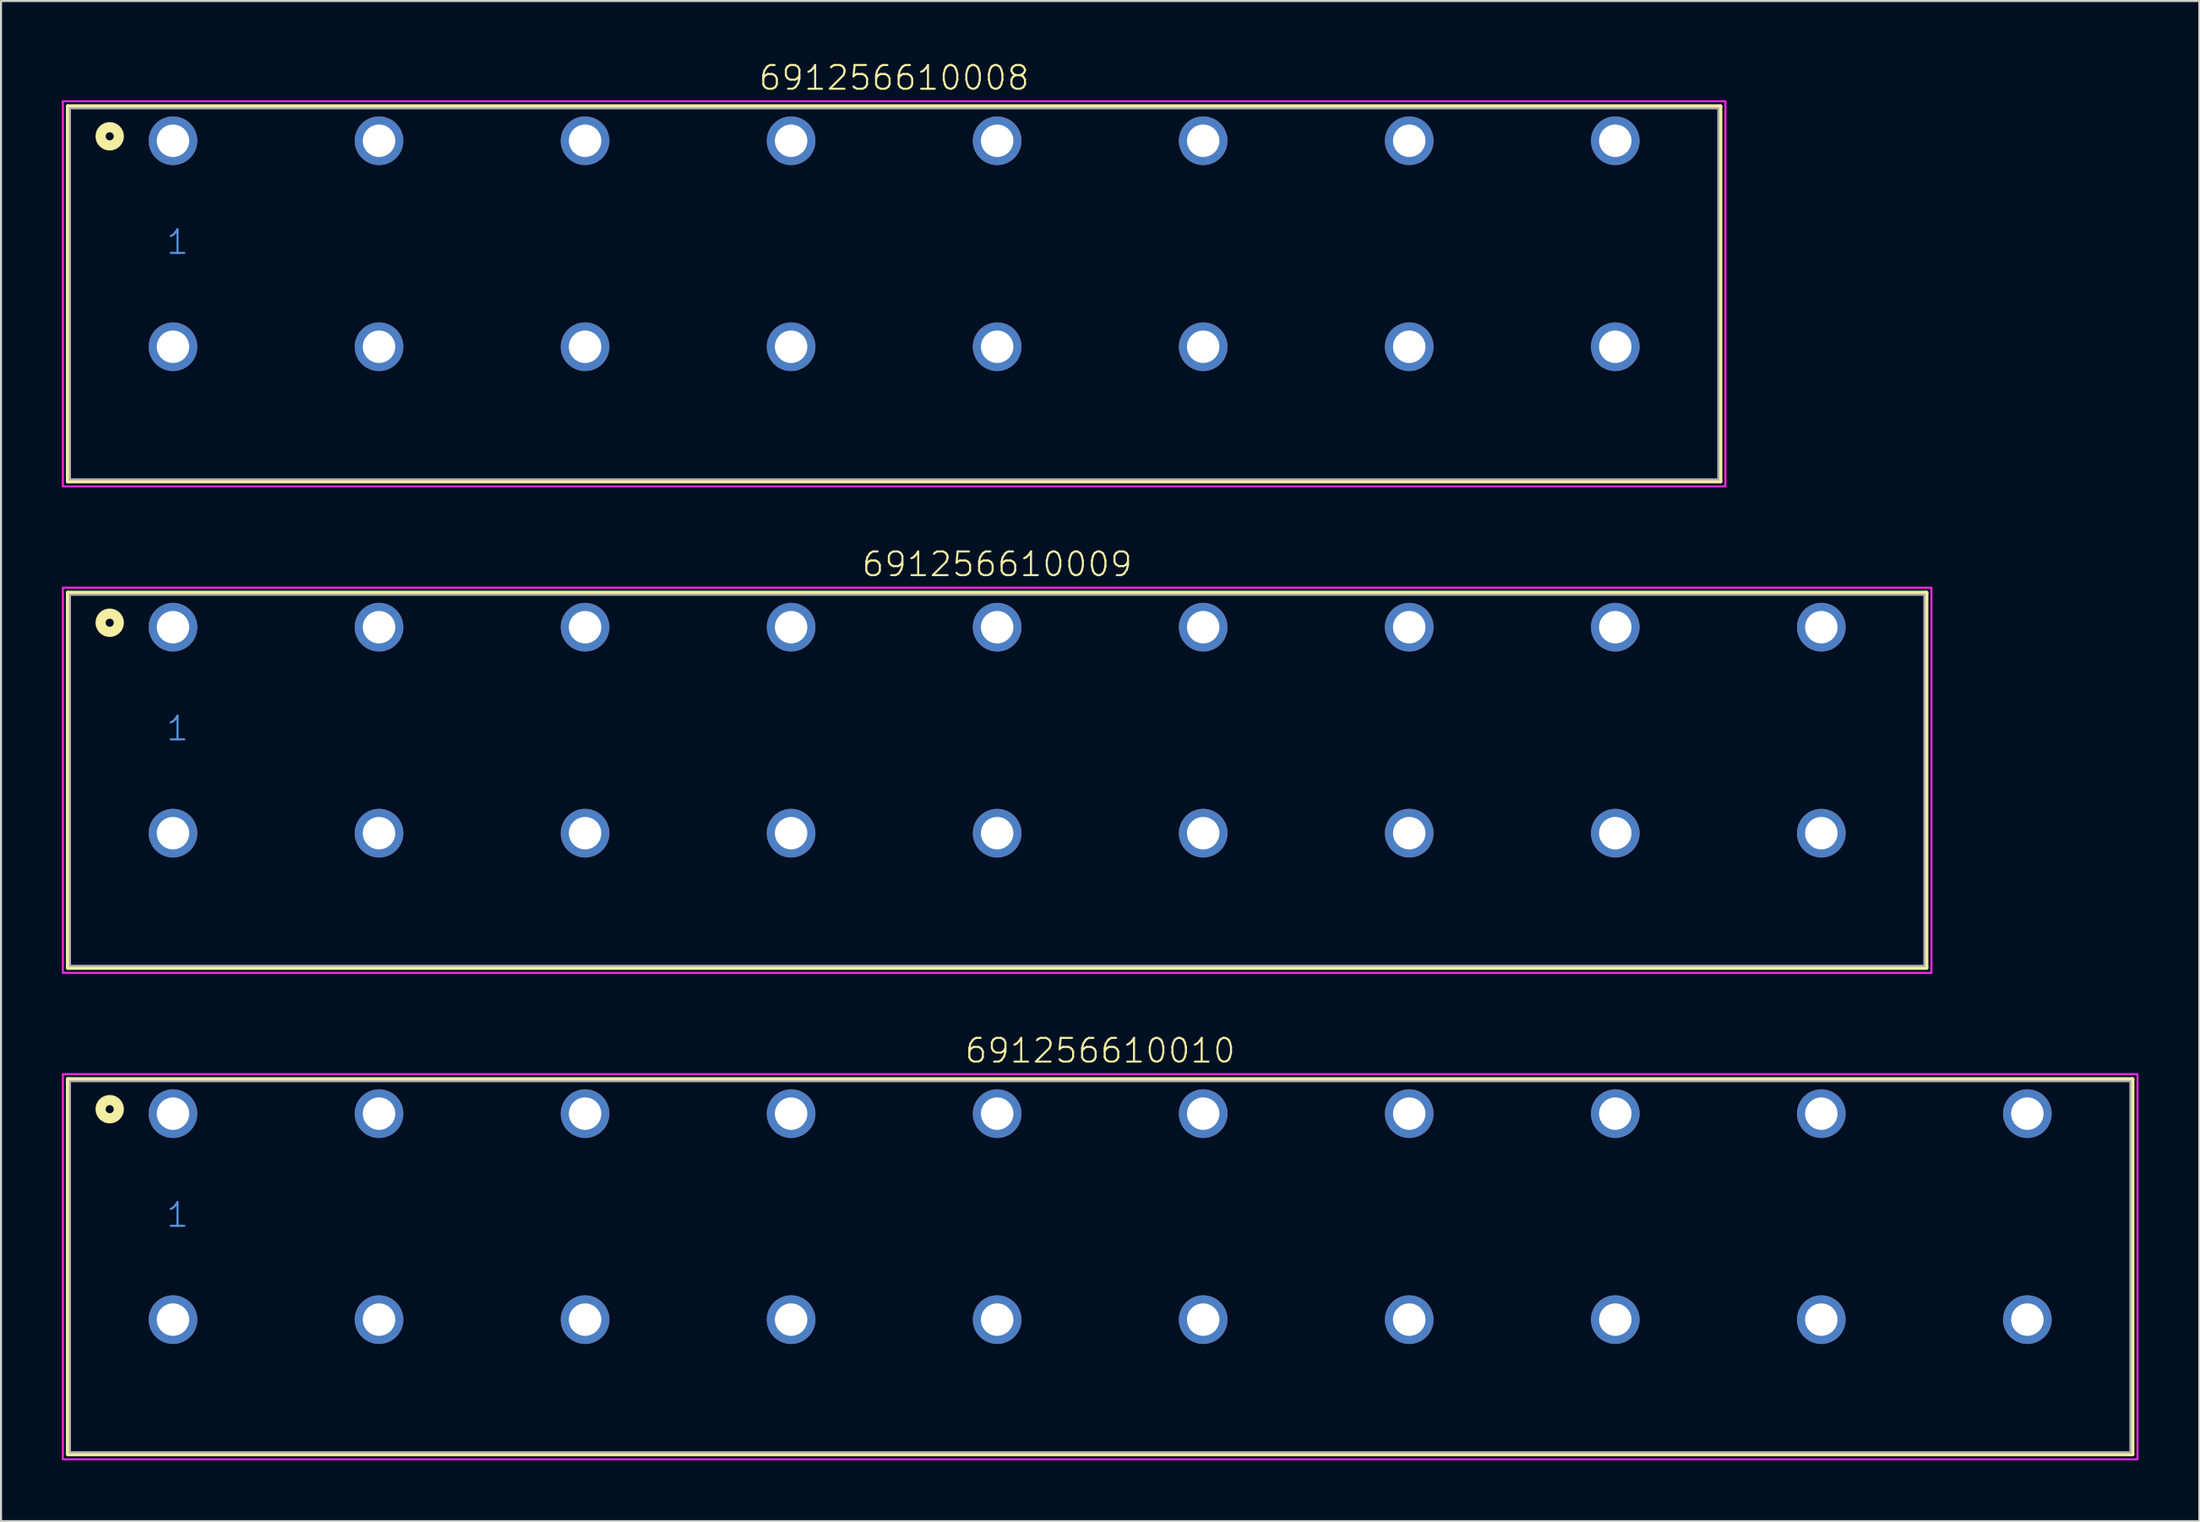
<source format=kicad_pcb>
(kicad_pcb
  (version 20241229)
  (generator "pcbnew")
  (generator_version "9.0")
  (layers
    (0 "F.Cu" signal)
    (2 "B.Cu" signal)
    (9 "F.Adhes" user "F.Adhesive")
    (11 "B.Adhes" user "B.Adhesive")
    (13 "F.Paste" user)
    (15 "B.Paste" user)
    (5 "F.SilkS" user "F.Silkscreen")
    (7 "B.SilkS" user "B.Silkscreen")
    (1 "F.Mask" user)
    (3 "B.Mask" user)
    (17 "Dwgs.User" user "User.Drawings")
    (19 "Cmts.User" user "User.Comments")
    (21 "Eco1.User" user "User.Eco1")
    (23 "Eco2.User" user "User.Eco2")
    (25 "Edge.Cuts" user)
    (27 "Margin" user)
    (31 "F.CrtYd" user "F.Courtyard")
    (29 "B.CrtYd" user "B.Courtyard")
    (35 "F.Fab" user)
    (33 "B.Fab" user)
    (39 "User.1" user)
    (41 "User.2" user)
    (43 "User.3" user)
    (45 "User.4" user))
  (footprint "691256610010"
    (layer "F.Cu")
    (at 51.2 56.96)
    (property "Reference" "691256610010" (at 0 -7.5 0) (unlocked yes) (layer "F.SilkS") (effects (font (size 1.168 1.168) (thickness 0.102)) (justify bottom)))
    (fp_line (start -50.9 -6.78) (end 50.9 -6.78) (stroke (width 0.2) (type solid)) (layer "F.SilkS"))
    (fp_line (start -50.9 11.72) (end -50.9 -6.78) (stroke (width 0.2) (type solid)) (layer "F.SilkS"))
    (fp_line (start 50.9 -6.78) (end 50.9 11.72) (stroke (width 0.2) (type solid)) (layer "F.SilkS"))
    (fp_line (start 50.9 11.72) (end -50.9 11.72) (stroke (width 0.2) (type solid)) (layer "F.SilkS"))
    (fp_circle (center -48.84 -5.3) (end -48.64 -5.3) (stroke (width 0.5) (type solid)) (fill no) (layer "F.SilkS"))
    (fp_poly (pts (xy 51.15 11.97) (xy -51.15 11.97) (xy -51.15 -7.03) (xy 51.15 -7.03)) (stroke (width 0.1) (type default)) (fill no) (layer "F.CrtYd"))
    (fp_line (start -50.8 -6.68) (end 50.8 -6.68) (stroke (width 0.1) (type solid)) (layer "F.Fab"))
    (fp_line (start -50.8 11.62) (end -50.8 -6.68) (stroke (width 0.1) (type solid)) (layer "F.Fab"))
    (fp_line (start 50.8 -6.68) (end 50.8 11.62) (stroke (width 0.1) (type solid)) (layer "F.Fab"))
    (fp_line (start 50.8 11.62) (end -50.8 11.62) (stroke (width 0.1) (type solid)) (layer "F.Fab"))
    (fp_text user "1" (at -46.12 0.6 0) (unlocked yes) (layer "Cmts.User") (effects (font (size 1.168 1.168) (thickness 0.102)) (justify left bottom)))
    (pad "1" thru_hole circle (at -45.72 -5.08) (size 2.4 2.4) (drill 1.6) (layers "*.Cu" "*.Mask"))
    (pad "2" thru_hole circle (at -35.56 -5.08) (size 2.4 2.4) (drill 1.6) (layers "*.Cu" "*.Mask"))
    (pad "3" thru_hole circle (at -25.4 -5.08) (size 2.4 2.4) (drill 1.6) (layers "*.Cu" "*.Mask"))
    (pad "4" thru_hole circle (at -15.24 -5.08) (size 2.4 2.4) (drill 1.6) (layers "*.Cu" "*.Mask"))
    (pad "5" thru_hole circle (at -5.08 -5.08) (size 2.4 2.4) (drill 1.6) (layers "*.Cu" "*.Mask"))
    (pad "6" thru_hole circle (at 5.08 -5.08) (size 2.4 2.4) (drill 1.6) (layers "*.Cu" "*.Mask"))
    (pad "7" thru_hole circle (at 15.24 -5.08) (size 2.4 2.4) (drill 1.6) (layers "*.Cu" "*.Mask"))
    (pad "8" thru_hole circle (at 25.4 -5.08) (size 2.4 2.4) (drill 1.6) (layers "*.Cu" "*.Mask"))
    (pad "9" thru_hole circle (at 35.56 -5.08) (size 2.4 2.4) (drill 1.6) (layers "*.Cu" "*.Mask"))
    (pad "10" thru_hole circle (at 45.72 -5.08) (size 2.4 2.4) (drill 1.6) (layers "*.Cu" "*.Mask"))
    (pad "A1" thru_hole circle (at -45.72 5.08) (size 2.4 2.4) (drill 1.6) (layers "*.Cu" "*.Mask"))
    (pad "A2" thru_hole circle (at -35.56 5.08) (size 2.4 2.4) (drill 1.6) (layers "*.Cu" "*.Mask"))
    (pad "A3" thru_hole circle (at -25.4 5.08) (size 2.4 2.4) (drill 1.6) (layers "*.Cu" "*.Mask"))
    (pad "A4" thru_hole circle (at -15.24 5.08) (size 2.4 2.4) (drill 1.6) (layers "*.Cu" "*.Mask"))
    (pad "A5" thru_hole circle (at -5.08 5.08) (size 2.4 2.4) (drill 1.6) (layers "*.Cu" "*.Mask"))
    (pad "A6" thru_hole circle (at 5.08 5.08) (size 2.4 2.4) (drill 1.6) (layers "*.Cu" "*.Mask"))
    (pad "A7" thru_hole circle (at 15.24 5.08) (size 2.4 2.4) (drill 1.6) (layers "*.Cu" "*.Mask"))
    (pad "A8" thru_hole circle (at 25.4 5.08) (size 2.4 2.4) (drill 1.6) (layers "*.Cu" "*.Mask"))
    (pad "A9" thru_hole circle (at 35.56 5.08) (size 2.4 2.4) (drill 1.6) (layers "*.Cu" "*.Mask"))
    (pad "A10" thru_hole circle (at 45.72 5.08) (size 2.4 2.4) (drill 1.6) (layers "*.Cu" "*.Mask")))
  (footprint "691256610009"
    (layer "F.Cu")
    (at 46.12 32.966)
    (property "Reference" "691256610009" (at 0 -7.5 0) (unlocked yes) (layer "F.SilkS") (effects (font (size 1.168 1.168) (thickness 0.102)) (justify bottom)))
    (fp_line (start -45.82 -6.78) (end 45.82 -6.78) (stroke (width 0.2) (type solid)) (layer "F.SilkS"))
    (fp_line (start -45.82 11.72) (end -45.82 -6.78) (stroke (width 0.2) (type solid)) (layer "F.SilkS"))
    (fp_line (start 45.82 -6.78) (end 45.82 11.72) (stroke (width 0.2) (type solid)) (layer "F.SilkS"))
    (fp_line (start 45.82 11.72) (end -45.82 11.72) (stroke (width 0.2) (type solid)) (layer "F.SilkS"))
    (fp_circle (center -43.76 -5.3) (end -43.56 -5.3) (stroke (width 0.5) (type solid)) (fill no) (layer "F.SilkS"))
    (fp_poly (pts (xy 46.07 11.97) (xy -46.07 11.97) (xy -46.07 -7.03) (xy 46.07 -7.03)) (stroke (width 0.1) (type default)) (fill no) (layer "F.CrtYd"))
    (fp_line (start -45.72 -6.68) (end 45.72 -6.68) (stroke (width 0.1) (type solid)) (layer "F.Fab"))
    (fp_line (start -45.72 11.62) (end -45.72 -6.68) (stroke (width 0.1) (type solid)) (layer "F.Fab"))
    (fp_line (start 45.72 -6.68) (end 45.72 11.62) (stroke (width 0.1) (type solid)) (layer "F.Fab"))
    (fp_line (start 45.72 11.62) (end -45.72 11.62) (stroke (width 0.1) (type solid)) (layer "F.Fab"))
    (fp_text user "1" (at -41.04 0.6 0) (unlocked yes) (layer "Cmts.User") (effects (font (size 1.168 1.168) (thickness 0.102)) (justify left bottom)))
    (pad "1" thru_hole circle (at -40.64 -5.08) (size 2.4 2.4) (drill 1.6) (layers "*.Cu" "*.Mask"))
    (pad "2" thru_hole circle (at -30.48 -5.08) (size 2.4 2.4) (drill 1.6) (layers "*.Cu" "*.Mask"))
    (pad "3" thru_hole circle (at -20.32 -5.08) (size 2.4 2.4) (drill 1.6) (layers "*.Cu" "*.Mask"))
    (pad "4" thru_hole circle (at -10.16 -5.08) (size 2.4 2.4) (drill 1.6) (layers "*.Cu" "*.Mask"))
    (pad "5" thru_hole circle (at 0 -5.08) (size 2.4 2.4) (drill 1.6) (layers "*.Cu" "*.Mask"))
    (pad "6" thru_hole circle (at 10.16 -5.08) (size 2.4 2.4) (drill 1.6) (layers "*.Cu" "*.Mask"))
    (pad "7" thru_hole circle (at 20.32 -5.08) (size 2.4 2.4) (drill 1.6) (layers "*.Cu" "*.Mask"))
    (pad "8" thru_hole circle (at 30.48 -5.08) (size 2.4 2.4) (drill 1.6) (layers "*.Cu" "*.Mask"))
    (pad "9" thru_hole circle (at 40.64 -5.08) (size 2.4 2.4) (drill 1.6) (layers "*.Cu" "*.Mask"))
    (pad "A1" thru_hole circle (at -40.64 5.08) (size 2.4 2.4) (drill 1.6) (layers "*.Cu" "*.Mask"))
    (pad "A2" thru_hole circle (at -30.48 5.08) (size 2.4 2.4) (drill 1.6) (layers "*.Cu" "*.Mask"))
    (pad "A3" thru_hole circle (at -20.32 5.08) (size 2.4 2.4) (drill 1.6) (layers "*.Cu" "*.Mask"))
    (pad "A4" thru_hole circle (at -10.16 5.08) (size 2.4 2.4) (drill 1.6) (layers "*.Cu" "*.Mask"))
    (pad "A5" thru_hole circle (at 0 5.08) (size 2.4 2.4) (drill 1.6) (layers "*.Cu" "*.Mask"))
    (pad "A6" thru_hole circle (at 10.16 5.08) (size 2.4 2.4) (drill 1.6) (layers "*.Cu" "*.Mask"))
    (pad "A7" thru_hole circle (at 20.32 5.08) (size 2.4 2.4) (drill 1.6) (layers "*.Cu" "*.Mask"))
    (pad "A8" thru_hole circle (at 30.48 5.08) (size 2.4 2.4) (drill 1.6) (layers "*.Cu" "*.Mask"))
    (pad "A9" thru_hole circle (at 40.64 5.08) (size 2.4 2.4) (drill 1.6) (layers "*.Cu" "*.Mask")))
  (footprint "691256610008"
    (layer "F.Cu")
    (at 41.04 8.973)
    (property "Reference" "691256610008" (at 0 -7.5 0) (unlocked yes) (layer "F.SilkS") (effects (font (size 1.168 1.168) (thickness 0.102)) (justify bottom)))
    (fp_line (start -40.74 -6.78) (end 40.74 -6.78) (stroke (width 0.2) (type solid)) (layer "F.SilkS"))
    (fp_line (start -40.74 11.72) (end -40.74 -6.78) (stroke (width 0.2) (type solid)) (layer "F.SilkS"))
    (fp_line (start 40.74 -6.78) (end 40.74 11.72) (stroke (width 0.2) (type solid)) (layer "F.SilkS"))
    (fp_line (start 40.74 11.72) (end -40.74 11.72) (stroke (width 0.2) (type solid)) (layer "F.SilkS"))
    (fp_circle (center -38.68 -5.3) (end -38.48 -5.3) (stroke (width 0.5) (type solid)) (fill no) (layer "F.SilkS"))
    (fp_poly (pts (xy 40.99 11.97) (xy -40.99 11.97) (xy -40.99 -7.03) (xy 40.99 -7.03)) (stroke (width 0.1) (type default)) (fill no) (layer "F.CrtYd"))
    (fp_line (start -40.64 -6.68) (end 40.64 -6.68) (stroke (width 0.1) (type solid)) (layer "F.Fab"))
    (fp_line (start -40.64 11.62) (end -40.64 -6.68) (stroke (width 0.1) (type solid)) (layer "F.Fab"))
    (fp_line (start 40.64 -6.68) (end 40.64 11.62) (stroke (width 0.1) (type solid)) (layer "F.Fab"))
    (fp_line (start 40.64 11.62) (end -40.64 11.62) (stroke (width 0.1) (type solid)) (layer "F.Fab"))
    (fp_text user "1" (at -35.96 0.6 0) (unlocked yes) (layer "Cmts.User") (effects (font (size 1.168 1.168) (thickness 0.102)) (justify left bottom)))
    (pad "1" thru_hole circle (at -35.56 -5.08) (size 2.4 2.4) (drill 1.6) (layers "*.Cu" "*.Mask"))
    (pad "2" thru_hole circle (at -25.4 -5.08) (size 2.4 2.4) (drill 1.6) (layers "*.Cu" "*.Mask"))
    (pad "3" thru_hole circle (at -15.24 -5.08) (size 2.4 2.4) (drill 1.6) (layers "*.Cu" "*.Mask"))
    (pad "4" thru_hole circle (at -5.08 -5.08) (size 2.4 2.4) (drill 1.6) (layers "*.Cu" "*.Mask"))
    (pad "5" thru_hole circle (at 5.08 -5.08) (size 2.4 2.4) (drill 1.6) (layers "*.Cu" "*.Mask"))
    (pad "6" thru_hole circle (at 15.24 -5.08) (size 2.4 2.4) (drill 1.6) (layers "*.Cu" "*.Mask"))
    (pad "7" thru_hole circle (at 25.4 -5.08) (size 2.4 2.4) (drill 1.6) (layers "*.Cu" "*.Mask"))
    (pad "8" thru_hole circle (at 35.56 -5.08) (size 2.4 2.4) (drill 1.6) (layers "*.Cu" "*.Mask"))
    (pad "A1" thru_hole circle (at -35.56 5.08) (size 2.4 2.4) (drill 1.6) (layers "*.Cu" "*.Mask"))
    (pad "A2" thru_hole circle (at -25.4 5.08) (size 2.4 2.4) (drill 1.6) (layers "*.Cu" "*.Mask"))
    (pad "A3" thru_hole circle (at -15.24 5.08) (size 2.4 2.4) (drill 1.6) (layers "*.Cu" "*.Mask"))
    (pad "A4" thru_hole circle (at -5.08 5.08) (size 2.4 2.4) (drill 1.6) (layers "*.Cu" "*.Mask"))
    (pad "A5" thru_hole circle (at 5.08 5.08) (size 2.4 2.4) (drill 1.6) (layers "*.Cu" "*.Mask"))
    (pad "A6" thru_hole circle (at 15.24 5.08) (size 2.4 2.4) (drill 1.6) (layers "*.Cu" "*.Mask"))
    (pad "A7" thru_hole circle (at 25.4 5.08) (size 2.4 2.4) (drill 1.6) (layers "*.Cu" "*.Mask"))
    (pad "A8" thru_hole circle (at 35.56 5.08) (size 2.4 2.4) (drill 1.6) (layers "*.Cu" "*.Mask")))
  (gr_rect
    (start -3 -3)
    (end 105.4 71.98)
    (stroke (width 0.1) (type default))
    (fill no)
    (layer "Edge.Cuts")))
</source>
